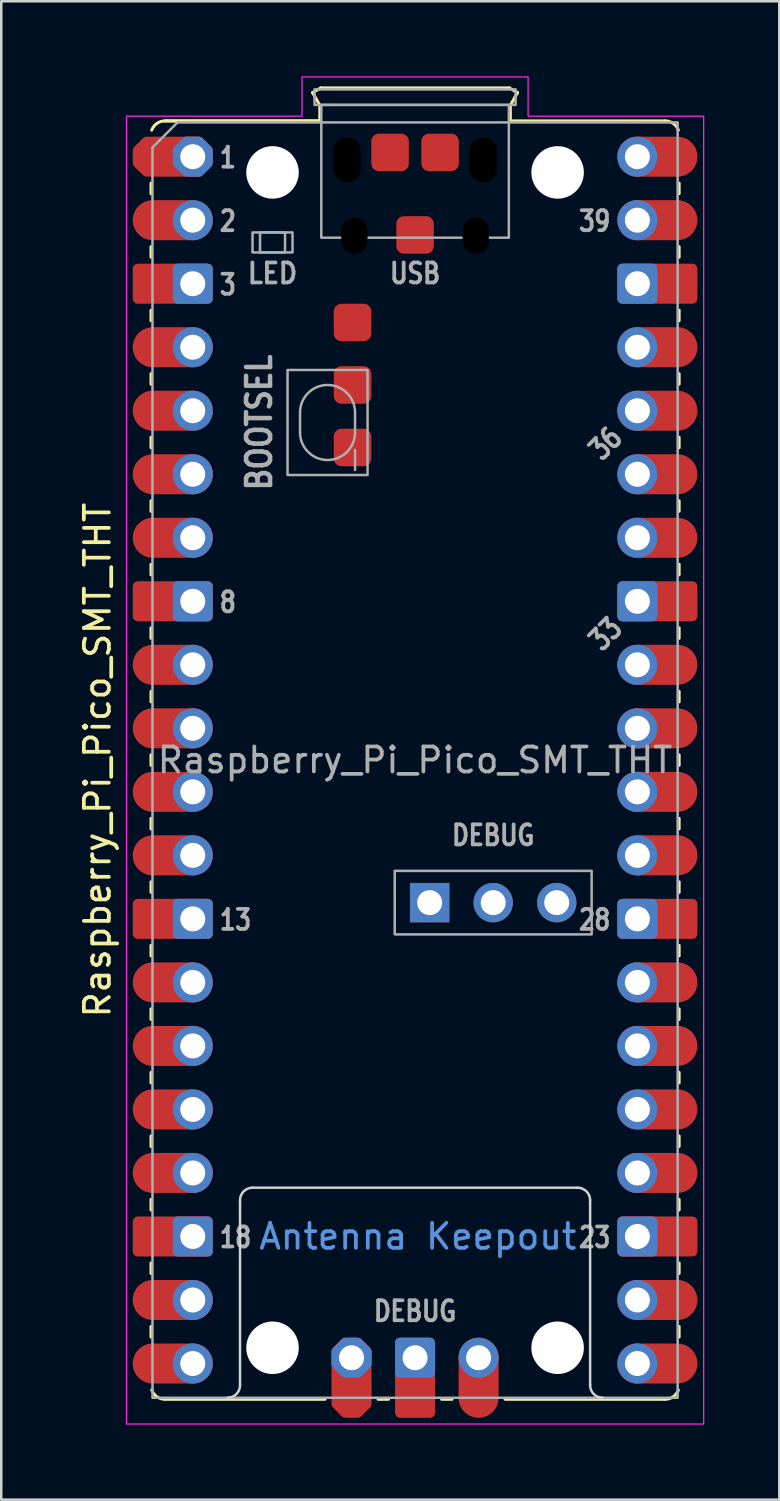
<source format=kicad_pcb>
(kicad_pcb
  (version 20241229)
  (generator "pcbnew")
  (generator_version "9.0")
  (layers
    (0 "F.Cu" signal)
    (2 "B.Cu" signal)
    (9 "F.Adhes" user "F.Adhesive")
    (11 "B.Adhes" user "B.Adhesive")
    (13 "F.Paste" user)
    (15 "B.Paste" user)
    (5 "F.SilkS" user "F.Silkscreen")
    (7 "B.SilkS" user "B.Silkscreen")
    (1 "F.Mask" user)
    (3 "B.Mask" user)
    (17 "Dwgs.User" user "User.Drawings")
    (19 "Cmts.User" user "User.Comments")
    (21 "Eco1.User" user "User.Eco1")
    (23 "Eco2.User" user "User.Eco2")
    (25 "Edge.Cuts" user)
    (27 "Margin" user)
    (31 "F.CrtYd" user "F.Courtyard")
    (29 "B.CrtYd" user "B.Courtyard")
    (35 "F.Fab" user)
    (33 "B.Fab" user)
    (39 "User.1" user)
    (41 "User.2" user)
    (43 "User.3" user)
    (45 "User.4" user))
  (footprint "Raspberry_Pi_Pico_SMT_THT"
    (layer "F.Cu")
    (at 4.658 3.215)
    (property "Reference" "Raspberry_Pi_Pico_SMT_THT" (at -3.81 24.13 270) (layer "F.SilkS") (effects (font (size 1 1) (thickness 0.15))))
    (attr through_hole)
    (fp_line (start -1.67 1.06) (end -1.67 1.48) (stroke (width 0.12) (type solid)) (layer "F.SilkS"))
    (fp_line (start -1.67 3.6) (end -1.67 4.02) (stroke (width 0.12) (type solid)) (layer "F.SilkS"))
    (fp_line (start -1.67 6.14) (end -1.67 6.56) (stroke (width 0.12) (type solid)) (layer "F.SilkS"))
    (fp_line (start -1.67 8.68) (end -1.67 9.1) (stroke (width 0.12) (type solid)) (layer "F.SilkS"))
    (fp_line (start -1.67 11.22) (end -1.67 11.64) (stroke (width 0.12) (type solid)) (layer "F.SilkS"))
    (fp_line (start -1.67 13.76) (end -1.67 14.18) (stroke (width 0.12) (type solid)) (layer "F.SilkS"))
    (fp_line (start -1.67 16.3) (end -1.67 16.72) (stroke (width 0.12) (type solid)) (layer "F.SilkS"))
    (fp_line (start -1.67 18.84) (end -1.67 19.26) (stroke (width 0.12) (type solid)) (layer "F.SilkS"))
    (fp_line (start -1.67 21.38) (end -1.67 21.8) (stroke (width 0.12) (type solid)) (layer "F.SilkS"))
    (fp_line (start -1.67 23.92) (end -1.67 24.34) (stroke (width 0.12) (type solid)) (layer "F.SilkS"))
    (fp_line (start -1.67 26.46) (end -1.67 26.88) (stroke (width 0.12) (type solid)) (layer "F.SilkS"))
    (fp_line (start -1.67 29) (end -1.67 29.42) (stroke (width 0.12) (type solid)) (layer "F.SilkS"))
    (fp_line (start -1.67 31.54) (end -1.67 31.96) (stroke (width 0.12) (type solid)) (layer "F.SilkS"))
    (fp_line (start -1.67 34.08) (end -1.67 34.5) (stroke (width 0.12) (type solid)) (layer "F.SilkS"))
    (fp_line (start -1.67 36.62) (end -1.67 37.04) (stroke (width 0.12) (type solid)) (layer "F.SilkS"))
    (fp_line (start -1.67 39.16) (end -1.67 39.58) (stroke (width 0.12) (type solid)) (layer "F.SilkS"))
    (fp_line (start -1.67 41.7) (end -1.67 42.12) (stroke (width 0.12) (type solid)) (layer "F.SilkS"))
    (fp_line (start -1.67 44.24) (end -1.67 44.66) (stroke (width 0.12) (type solid)) (layer "F.SilkS"))
    (fp_line (start -1.67 46.78) (end -1.67 47.2) (stroke (width 0.12) (type solid)) (layer "F.SilkS"))
    (fp_line (start -1.11 -1.43) (end 5.08 -1.43) (stroke (width 0.12) (type solid)) (layer "F.SilkS"))
    (fp_line (start -1.11 49.69) (end 5.29 49.69) (stroke (width 0.12) (type solid)) (layer "F.SilkS"))
    (fp_line (start 4.79 -2.56) (end 5.12 -2.75) (stroke (width 0.12) (type solid)) (layer "F.SilkS"))
    (fp_line (start 5.08 -2.06) (end 4.79 -2.56) (stroke (width 0.12) (type solid)) (layer "F.SilkS"))
    (fp_line (start 5.08 -1.43) (end -1.11 -1.43) (stroke (width 0.12) (type solid)) (layer "F.SilkS"))
    (fp_line (start 5.08 -1.43) (end 5.08 -2.06) (stroke (width 0.12) (type solid)) (layer "F.SilkS"))
    (fp_line (start 5.12 -2.75) (end 12.66 -2.75) (stroke (width 0.12) (type solid)) (layer "F.SilkS"))
    (fp_line (start 7.41 49.69) (end 7.83 49.69) (stroke (width 0.12) (type solid)) (layer "F.SilkS"))
    (fp_line (start 9.95 49.69) (end 10.37 49.69) (stroke (width 0.12) (type solid)) (layer "F.SilkS"))
    (fp_line (start 12.49 49.69) (end 18.89 49.69) (stroke (width 0.12) (type solid)) (layer "F.SilkS"))
    (fp_line (start 12.66 -2.75) (end 12.99 -2.56) (stroke (width 0.12) (type solid)) (layer "F.SilkS"))
    (fp_line (start 12.7 -2.06) (end 12.7 -1.43) (stroke (width 0.12) (type solid)) (layer "F.SilkS"))
    (fp_line (start 12.99 -2.56) (end 12.7 -2.06) (stroke (width 0.12) (type solid)) (layer "F.SilkS"))
    (fp_line (start 18.89 -1.43) (end 12.7 -1.43) (stroke (width 0.12) (type solid)) (layer "F.SilkS"))
    (fp_line (start 19.45 1.06) (end 19.45 1.48) (stroke (width 0.12) (type solid)) (layer "F.SilkS"))
    (fp_line (start 19.45 3.6) (end 19.45 4.02) (stroke (width 0.12) (type solid)) (layer "F.SilkS"))
    (fp_line (start 19.45 6.14) (end 19.45 6.56) (stroke (width 0.12) (type solid)) (layer "F.SilkS"))
    (fp_line (start 19.45 8.68) (end 19.45 9.1) (stroke (width 0.12) (type solid)) (layer "F.SilkS"))
    (fp_line (start 19.45 11.22) (end 19.45 11.64) (stroke (width 0.12) (type solid)) (layer "F.SilkS"))
    (fp_line (start 19.45 13.76) (end 19.45 14.18) (stroke (width 0.12) (type solid)) (layer "F.SilkS"))
    (fp_line (start 19.45 16.3) (end 19.45 16.72) (stroke (width 0.12) (type solid)) (layer "F.SilkS"))
    (fp_line (start 19.45 18.84) (end 19.45 19.26) (stroke (width 0.12) (type solid)) (layer "F.SilkS"))
    (fp_line (start 19.45 21.38) (end 19.45 21.8) (stroke (width 0.12) (type solid)) (layer "F.SilkS"))
    (fp_line (start 19.45 23.92) (end 19.45 24.34) (stroke (width 0.12) (type solid)) (layer "F.SilkS"))
    (fp_line (start 19.45 26.46) (end 19.45 26.88) (stroke (width 0.12) (type solid)) (layer "F.SilkS"))
    (fp_line (start 19.45 29) (end 19.45 29.42) (stroke (width 0.12) (type solid)) (layer "F.SilkS"))
    (fp_line (start 19.45 31.54) (end 19.45 31.96) (stroke (width 0.12) (type solid)) (layer "F.SilkS"))
    (fp_line (start 19.45 34.08) (end 19.45 34.5) (stroke (width 0.12) (type solid)) (layer "F.SilkS"))
    (fp_line (start 19.45 36.62) (end 19.45 37.04) (stroke (width 0.12) (type solid)) (layer "F.SilkS"))
    (fp_line (start 19.45 39.16) (end 19.45 39.58) (stroke (width 0.12) (type solid)) (layer "F.SilkS"))
    (fp_line (start 19.45 41.7) (end 19.45 42.12) (stroke (width 0.12) (type solid)) (layer "F.SilkS"))
    (fp_line (start 19.45 44.24) (end 19.45 44.66) (stroke (width 0.12) (type solid)) (layer "F.SilkS"))
    (fp_line (start 19.45 46.78) (end 19.45 47.2) (stroke (width 0.12) (type solid)) (layer "F.SilkS"))
    (fp_arc (start -1.64 -1.06) (mid -1.433508 -1.328808) (end -1.11 -1.43) (stroke (width 0.12) (type solid)) (layer "F.SilkS"))
    (fp_arc (start -1.11 49.69) (mid -1.433508 49.588809) (end -1.64 49.32) (stroke (width 0.12) (type solid)) (layer "F.SilkS"))
    (fp_arc (start 18.89 -1.43) (mid 19.213508 -1.328809) (end 19.42 -1.06) (stroke (width 0.12) (type solid)) (layer "F.SilkS"))
    (fp_arc (start 19.42 49.32) (mid 19.213508 49.588808) (end 18.89 49.69) (stroke (width 0.12) (type solid)) (layer "F.SilkS"))
    (fp_line (start 1.89 49.13) (end 1.89 41.73) (stroke (width 0.1) (type solid)) (layer "Edge.Cuts"))
    (fp_line (start 2.39 41.23) (end 15.39 41.23) (stroke (width 0.1) (type solid)) (layer "Edge.Cuts"))
    (fp_line (start 15.89 41.73) (end 15.89 49.13) (stroke (width 0.1) (type solid)) (layer "Edge.Cuts"))
    (fp_arc (start 1.89 41.73) (mid 2.036447 41.376447) (end 2.39 41.23) (stroke (width 0.1) (type solid)) (layer "Edge.Cuts"))
    (fp_arc (start 1.89 49.13) (mid 1.743553 49.483553) (end 1.39 49.63) (stroke (width 0.1) (type solid)) (layer "Edge.Cuts"))
    (fp_arc (start 15.39 41.23) (mid 15.743553 41.376447) (end 15.89 41.73) (stroke (width 0.1) (type solid)) (layer "Edge.Cuts"))
    (fp_arc (start 16.39 49.63) (mid 16.036447 49.483553) (end 15.89 49.13) (stroke (width 0.1) (type solid)) (layer "Edge.Cuts"))
    (fp_poly (pts (xy 13.41 -1.62) (xy 20.43 -1.62) (xy 20.43 50.68) (xy -2.65 50.68) (xy -2.65 -1.62) (xy 4.37 -1.62) (xy 4.37 -3.19) (xy 13.41 -3.19)) (stroke (width 0.05) (type solid)) (fill no) (layer "F.CrtYd"))
    (fp_line (start 4.29 10.23) (end 4.29 11.03) (stroke (width 0.1) (type solid)) (layer "F.Fab"))
    (fp_line (start 6.49 10.23) (end 6.49 11.03) (stroke (width 0.1) (type solid)) (layer "F.Fab"))
    (fp_line (start 6.49 11.73) (end 6.49 12.53) (stroke (width 0.1) (type solid)) (layer "F.Fab"))
    (fp_rect (start 2.39 3.03) (end 3.99 3.83) (stroke (width 0.1) (type solid)) (fill no) (layer "F.Fab"))
    (fp_rect (start 2.69 3.03) (end 3.69 3.83) (stroke (width 0.1) (type solid)) (fill no) (layer "F.Fab"))
    (fp_rect (start 3.79 8.53) (end 6.99 12.73) (stroke (width 0.1) (type solid)) (fill no) (layer "F.Fab"))
    (fp_rect (start 4.87 -2.69) (end 12.91 -2.07) (stroke (width 0.1) (type solid)) (fill no) (layer "F.Fab"))
    (fp_rect (start 5.14 -2.07) (end 12.64 3.24) (stroke (width 0.1) (type solid)) (fill no) (layer "F.Fab"))
    (fp_rect (start 8.077 28.56) (end 15.951 31.1) (stroke (width 0.1) (type solid)) (fill no) (layer "F.Fab"))
    (fp_arc (start 4.29 10.23) (mid 5.39 9.13) (end 6.49 10.23) (stroke (width 0.1) (type solid)) (layer "F.Fab"))
    (fp_arc (start 6.49 11.03) (mid 5.39 12.13) (end 4.29 11.03) (stroke (width 0.1) (type solid)) (layer "F.Fab"))
    (fp_poly (pts (xy 19.39 49.63) (xy -1.61 49.63) (xy -1.61 -0.37) (xy -0.61 -1.37) (xy 19.39 -1.37)) (stroke (width 0.1) (type solid)) (fill no) (layer "F.Fab"))
    (fp_text user "Antenna Keepout" (at 9 43.18 0) (unlocked yes) (layer "Cmts.User") (effects (font (size 1 1) (thickness 0.15))))
    (fp_text user "8" (at 1 17.818 0) (unlocked yes) (layer "F.Fab") (effects (font (size 0.8 0.64) (thickness 0.15)) (justify left)))
    (fp_text user "${REFERENCE}" (at 8.89 24.13 0) (unlocked yes) (layer "F.Fab") (effects (font (size 1 1) (thickness 0.15))))
    (fp_text user "3" (at 1 5.118 0) (unlocked yes) (layer "F.Fab") (effects (font (size 0.8 0.64) (thickness 0.15)) (justify left)))
    (fp_text user "BOOTSEL" (at 2.656 10.63 90) (unlocked yes) (layer "F.Fab") (effects (font (size 0.96 0.825) (thickness 0.18))))
    (fp_text user "13" (at 1 30.518 0) (unlocked yes) (layer "F.Fab") (effects (font (size 0.8 0.64) (thickness 0.15)) (justify left)))
    (fp_text user "36" (at 16.51 11.468 45) (unlocked yes) (layer "F.Fab") (effects (font (size 0.8 0.64) (thickness 0.15))))
    (fp_text user "33" (at 16.51 19.088 45) (unlocked yes) (layer "F.Fab") (effects (font (size 0.8 0.64) (thickness 0.15))))
    (fp_text user "USB" (at 8.89 4.668 0) (unlocked yes) (layer "F.Fab") (effects (font (size 0.8 0.66) (thickness 0.15))))
    (fp_text user "LED" (at 3.19 4.668 0) (unlocked yes) (layer "F.Fab") (effects (font (size 0.8 0.72) (thickness 0.15))))
    (fp_text user "DEBUG" (at 8.89 46.168 0) (unlocked yes) (layer "F.Fab") (effects (font (size 0.8 0.66) (thickness 0.15))))
    (fp_text user "2" (at 1 2.578 0) (unlocked yes) (layer "F.Fab") (effects (font (size 0.8 0.64) (thickness 0.15)) (justify left)))
    (fp_text user "23" (at 16.78 43.218 0) (unlocked yes) (layer "F.Fab") (effects (font (size 0.8 0.64) (thickness 0.15)) (justify right)))
    (fp_text user "DEBUG" (at 12.014 27.138 0) (unlocked yes) (layer "F.Fab") (effects (font (size 0.8 0.66) (thickness 0.15))))
    (fp_text user "39" (at 16.78 2.578 0) (unlocked yes) (layer "F.Fab") (effects (font (size 0.8 0.64) (thickness 0.15)) (justify right)))
    (fp_text user "1" (at 1 0.038 0) (unlocked yes) (layer "F.Fab") (effects (font (size 0.8 0.64) (thickness 0.15)) (justify left)))
    (fp_text user "28" (at 16.78 30.518 0) (unlocked yes) (layer "F.Fab") (effects (font (size 0.8 0.64) (thickness 0.15)) (justify right)))
    (fp_text user "18" (at 1 43.218 0) (unlocked yes) (layer "F.Fab") (effects (font (size 0.8 0.64) (thickness 0.15)) (justify left)))
    (pad "" np_thru_hole circle (at 3.19 0.63) (size 2.1 2.1) (drill 2.1) (layers "*.Cu" "*.Mask"))
    (pad "" np_thru_hole circle (at 3.19 47.63) (size 2.1 2.1) (drill 2.1) (layers "*.Cu" "*.Mask"))
    (pad "" np_thru_hole oval (at 6.165 0.13) (size 1.1 1.8) (drill oval 1.1 1.8) (layers "*.Mask"))
    (pad "" np_thru_hole oval (at 6.465 3.16) (size 1.05 1.45) (drill oval 1.05 1.45) (layers "*.Mask"))
    (pad "" np_thru_hole oval (at 11.315 3.16) (size 1.05 1.45) (drill oval 1.05 1.45) (layers "*.Mask"))
    (pad "" np_thru_hole oval (at 11.615 0.13) (size 1.1 1.8) (drill oval 1.1 1.8) (layers "*.Mask"))
    (pad "" np_thru_hole circle (at 14.59 0.63) (size 2.1 2.1) (drill 2.1) (layers "*.Cu" "*.Mask"))
    (pad "" np_thru_hole circle (at 14.59 47.63) (size 2.1 2.1) (drill 2.1) (layers "*.Cu" "*.Mask"))
    (pad "1" smd custom (at -1.6 0) (size 1.6 1.6) (layers "F.Cu" "F.Mask") (options (anchor circle)) (primitives (gr_poly (pts (xy 2.2 0.249) (xy 1.849 0.6) (xy -0.249 0.6) (xy -0.6 0.249) (xy -0.6 -0.249) (xy -0.249 -0.6) (xy 1.849 -0.6) (xy 2.2 -0.249)) (width 0.4) (fill yes))))
    (pad "1" thru_hole custom (at 0 0) (size 1.6 1.6) (drill 1) (layers "*.Cu" "*.Mask") (options (anchor circle)) (primitives (gr_poly (pts (xy 0.6 0.249) (xy 0.249 0.6) (xy -0.249 0.6) (xy -0.6 0.249) (xy -0.6 -0.249) (xy -0.249 -0.6) (xy 0.249 -0.6) (xy 0.6 -0.249)) (width 0.4) (fill yes))))
    (pad "2" smd oval (at -1.6 2.54) (size 3.2 1.6) (drill (offset 0.8 0)) (layers "F.Cu" "F.Mask"))
    (pad "2" thru_hole circle (at 0 2.54) (size 1.6 1.6) (drill 1) (layers "*.Cu" "*.Mask"))
    (pad "3" smd roundrect (at -1.6 5.08) (size 3.2 1.6) (drill (offset 0.8 0)) (layers "F.Cu" "F.Mask") (roundrect_rratio 0.125))
    (pad "3" thru_hole roundrect (at 0 5.08) (size 1.6 1.6) (drill 1) (layers "*.Cu" "*.Mask") (roundrect_rratio 0.125))
    (pad "4" smd oval (at -1.6 7.62) (size 3.2 1.6) (drill (offset 0.8 0)) (layers "F.Cu" "F.Mask"))
    (pad "4" thru_hole circle (at 0 7.62) (size 1.6 1.6) (drill 1) (layers "*.Cu" "*.Mask"))
    (pad "5" smd oval (at -1.6 10.16) (size 3.2 1.6) (drill (offset 0.8 0)) (layers "F.Cu" "F.Mask"))
    (pad "5" thru_hole circle (at 0 10.16) (size 1.6 1.6) (drill 1) (layers "*.Cu" "*.Mask"))
    (pad "6" smd oval (at -1.6 12.7) (size 3.2 1.6) (drill (offset 0.8 0)) (layers "F.Cu" "F.Mask"))
    (pad "6" thru_hole circle (at 0 12.7) (size 1.6 1.6) (drill 1) (layers "*.Cu" "*.Mask"))
    (pad "7" smd oval (at -1.6 15.24) (size 3.2 1.6) (drill (offset 0.8 0)) (layers "F.Cu" "F.Mask"))
    (pad "7" thru_hole circle (at 0 15.24) (size 1.6 1.6) (drill 1) (layers "*.Cu" "*.Mask"))
    (pad "8" smd roundrect (at -1.6 17.78) (size 3.2 1.6) (drill (offset 0.8 0)) (layers "F.Cu" "F.Mask") (roundrect_rratio 0.125))
    (pad "8" thru_hole roundrect (at 0 17.78) (size 1.6 1.6) (drill 1) (layers "*.Cu" "*.Mask") (roundrect_rratio 0.125))
    (pad "9" smd oval (at -1.6 20.32) (size 3.2 1.6) (drill (offset 0.8 0)) (layers "F.Cu" "F.Mask"))
    (pad "9" thru_hole circle (at 0 20.32) (size 1.6 1.6) (drill 1) (layers "*.Cu" "*.Mask"))
    (pad "10" smd oval (at -1.6 22.86) (size 3.2 1.6) (drill (offset 0.8 0)) (layers "F.Cu" "F.Mask"))
    (pad "10" thru_hole circle (at 0 22.86) (size 1.6 1.6) (drill 1) (layers "*.Cu" "*.Mask"))
    (pad "11" smd oval (at -1.6 25.4) (size 3.2 1.6) (drill (offset 0.8 0)) (layers "F.Cu" "F.Mask"))
    (pad "11" thru_hole circle (at 0 25.4) (size 1.6 1.6) (drill 1) (layers "*.Cu" "*.Mask"))
    (pad "12" smd oval (at -1.6 27.94) (size 3.2 1.6) (drill (offset 0.8 0)) (layers "F.Cu" "F.Mask"))
    (pad "12" thru_hole circle (at 0 27.94) (size 1.6 1.6) (drill 1) (layers "*.Cu" "*.Mask"))
    (pad "13" smd roundrect (at -1.6 30.48) (size 3.2 1.6) (drill (offset 0.8 0)) (layers "F.Cu" "F.Mask") (roundrect_rratio 0.125))
    (pad "13" thru_hole roundrect (at 0 30.48) (size 1.6 1.6) (drill 1) (layers "*.Cu" "*.Mask") (roundrect_rratio 0.125))
    (pad "14" smd oval (at -1.6 33.02) (size 3.2 1.6) (drill (offset 0.8 0)) (layers "F.Cu" "F.Mask"))
    (pad "14" thru_hole circle (at 0 33.02) (size 1.6 1.6) (drill 1) (layers "*.Cu" "*.Mask"))
    (pad "15" smd oval (at -1.6 35.56) (size 3.2 1.6) (drill (offset 0.8 0)) (layers "F.Cu" "F.Mask"))
    (pad "15" thru_hole circle (at 0 35.56) (size 1.6 1.6) (drill 1) (layers "*.Cu" "*.Mask"))
    (pad "16" smd oval (at -1.6 38.1) (size 3.2 1.6) (drill (offset 0.8 0)) (layers "F.Cu" "F.Mask"))
    (pad "16" thru_hole circle (at 0 38.1) (size 1.6 1.6) (drill 1) (layers "*.Cu" "*.Mask"))
    (pad "17" smd oval (at -1.6 40.64) (size 3.2 1.6) (drill (offset 0.8 0)) (layers "F.Cu" "F.Mask"))
    (pad "17" thru_hole circle (at 0 40.64) (size 1.6 1.6) (drill 1) (layers "*.Cu" "*.Mask"))
    (pad "18" smd roundrect (at -1.6 43.18) (size 3.2 1.6) (drill (offset 0.8 0)) (layers "F.Cu" "F.Mask") (roundrect_rratio 0.125))
    (pad "18" thru_hole roundrect (at 0 43.18) (size 1.6 1.6) (drill 1) (layers "*.Cu" "*.Mask") (roundrect_rratio 0.125))
    (pad "19" smd oval (at -1.6 45.72) (size 3.2 1.6) (drill (offset 0.8 0)) (layers "F.Cu" "F.Mask"))
    (pad "19" thru_hole circle (at 0 45.72) (size 1.6 1.6) (drill 1) (layers "*.Cu" "*.Mask"))
    (pad "20" smd oval (at -1.6 48.26) (size 3.2 1.6) (drill (offset 0.8 0)) (layers "F.Cu" "F.Mask"))
    (pad "20" thru_hole circle (at 0 48.26) (size 1.6 1.6) (drill 1) (layers "*.Cu" "*.Mask"))
    (pad "21" thru_hole circle (at 17.78 48.26) (size 1.6 1.6) (drill 1) (layers "*.Cu" "*.Mask"))
    (pad "21" smd oval (at 19.38 48.26) (size 3.2 1.6) (drill (offset -0.8 0)) (layers "F.Cu" "F.Mask"))
    (pad "22" thru_hole circle (at 17.78 45.72) (size 1.6 1.6) (drill 1) (layers "*.Cu" "*.Mask"))
    (pad "22" smd oval (at 19.38 45.72) (size 3.2 1.6) (drill (offset -0.8 0)) (layers "F.Cu" "F.Mask"))
    (pad "23" thru_hole roundrect (at 17.78 43.18) (size 1.6 1.6) (drill 1) (layers "*.Cu" "*.Mask") (roundrect_rratio 0.125))
    (pad "23" smd roundrect (at 19.38 43.18) (size 3.2 1.6) (drill (offset -0.8 0)) (layers "F.Cu" "F.Mask") (roundrect_rratio 0.125))
    (pad "24" thru_hole circle (at 17.78 40.64) (size 1.6 1.6) (drill 1) (layers "*.Cu" "*.Mask"))
    (pad "24" smd oval (at 19.38 40.64) (size 3.2 1.6) (drill (offset -0.8 0)) (layers "F.Cu" "F.Mask"))
    (pad "25" thru_hole circle (at 17.78 38.1) (size 1.6 1.6) (drill 1) (layers "*.Cu" "*.Mask"))
    (pad "25" smd oval (at 19.38 38.1) (size 3.2 1.6) (drill (offset -0.8 0)) (layers "F.Cu" "F.Mask"))
    (pad "26" thru_hole circle (at 17.78 35.56) (size 1.6 1.6) (drill 1) (layers "*.Cu" "*.Mask"))
    (pad "26" smd oval (at 19.38 35.56) (size 3.2 1.6) (drill (offset -0.8 0)) (layers "F.Cu" "F.Mask"))
    (pad "27" thru_hole circle (at 17.78 33.02) (size 1.6 1.6) (drill 1) (layers "*.Cu" "*.Mask"))
    (pad "27" smd oval (at 19.38 33.02) (size 3.2 1.6) (drill (offset -0.8 0)) (layers "F.Cu" "F.Mask"))
    (pad "28" thru_hole roundrect (at 17.78 30.48) (size 1.6 1.6) (drill 1) (layers "*.Cu" "*.Mask") (roundrect_rratio 0.125))
    (pad "28" smd roundrect (at 19.38 30.48) (size 3.2 1.6) (drill (offset -0.8 0)) (layers "F.Cu" "F.Mask") (roundrect_rratio 0.125))
    (pad "29" thru_hole circle (at 17.78 27.94) (size 1.6 1.6) (drill 1) (layers "*.Cu" "*.Mask"))
    (pad "29" smd oval (at 19.38 27.94) (size 3.2 1.6) (drill (offset -0.8 0)) (layers "F.Cu" "F.Mask"))
    (pad "30" thru_hole circle (at 17.78 25.4) (size 1.6 1.6) (drill 1) (layers "*.Cu" "*.Mask"))
    (pad "30" smd oval (at 19.38 25.4) (size 3.2 1.6) (drill (offset -0.8 0)) (layers "F.Cu" "F.Mask"))
    (pad "31" thru_hole circle (at 17.78 22.86) (size 1.6 1.6) (drill 1) (layers "*.Cu" "*.Mask"))
    (pad "31" smd oval (at 19.38 22.86) (size 3.2 1.6) (drill (offset -0.8 0)) (layers "F.Cu" "F.Mask"))
    (pad "32" thru_hole circle (at 17.78 20.32) (size 1.6 1.6) (drill 1) (layers "*.Cu" "*.Mask"))
    (pad "32" smd oval (at 19.38 20.32) (size 3.2 1.6) (drill (offset -0.8 0)) (layers "F.Cu" "F.Mask"))
    (pad "33" thru_hole roundrect (at 17.78 17.78) (size 1.6 1.6) (drill 1) (layers "*.Cu" "*.Mask") (roundrect_rratio 0.125))
    (pad "33" smd roundrect (at 19.38 17.78) (size 3.2 1.6) (drill (offset -0.8 0)) (layers "F.Cu" "F.Mask") (roundrect_rratio 0.125))
    (pad "34" thru_hole circle (at 17.78 15.24) (size 1.6 1.6) (drill 1) (layers "*.Cu" "*.Mask"))
    (pad "34" smd oval (at 19.38 15.24) (size 3.2 1.6) (drill (offset -0.8 0)) (layers "F.Cu" "F.Mask"))
    (pad "35" thru_hole circle (at 17.78 12.7) (size 1.6 1.6) (drill 1) (layers "*.Cu" "*.Mask"))
    (pad "35" smd oval (at 19.38 12.7) (size 3.2 1.6) (drill (offset -0.8 0)) (layers "F.Cu" "F.Mask"))
    (pad "36" thru_hole circle (at 17.78 10.16) (size 1.6 1.6) (drill 1) (layers "*.Cu" "*.Mask"))
    (pad "36" smd oval (at 19.38 10.16) (size 3.2 1.6) (drill (offset -0.8 0)) (layers "F.Cu" "F.Mask"))
    (pad "37" thru_hole circle (at 17.78 7.62) (size 1.6 1.6) (drill 1) (layers "*.Cu" "*.Mask"))
    (pad "37" smd oval (at 19.38 7.62) (size 3.2 1.6) (drill (offset -0.8 0)) (layers "F.Cu" "F.Mask"))
    (pad "38" thru_hole roundrect (at 17.78 5.08) (size 1.6 1.6) (drill 1) (layers "*.Cu" "*.Mask") (roundrect_rratio 0.125))
    (pad "38" smd roundrect (at 19.38 5.08) (size 3.2 1.6) (drill (offset -0.8 0)) (layers "F.Cu" "F.Mask") (roundrect_rratio 0.125))
    (pad "39" thru_hole circle (at 17.78 2.54) (size 1.6 1.6) (drill 1) (layers "*.Cu" "*.Mask"))
    (pad "39" smd oval (at 19.38 2.54) (size 3.2 1.6) (drill (offset -0.8 0)) (layers "F.Cu" "F.Mask"))
    (pad "40" thru_hole circle (at 17.78 0) (size 1.6 1.6) (drill 1) (layers "*.Cu" "*.Mask"))
    (pad "40" smd oval (at 19.38 0) (size 3.2 1.6) (drill (offset -0.8 0)) (layers "F.Cu" "F.Mask"))
    (pad "41" thru_hole custom (at 6.35 48.03) (size 1.6 1.6) (drill 1) (layers "*.Cu" "*.Mask") (options (anchor circle)) (primitives (gr_poly (pts (xy 0.6 0.249) (xy 0.249 0.6) (xy -0.249 0.6) (xy -0.6 0.249) (xy -0.6 -0.249) (xy -0.249 -0.6) (xy 0.249 -0.6) (xy 0.6 -0.249)) (width 0.4) (fill yes))))
    (pad "41" smd custom (at 6.35 49.63) (size 1.6 1.6) (layers "F.Cu" "F.Mask") (options (anchor circle)) (primitives (gr_poly (pts (xy 0.6 0.249) (xy 0.249 0.6) (xy -0.249 0.6) (xy -0.6 0.249) (xy -0.6 -1.849) (xy -0.249 -2.2) (xy 0.249 -2.2) (xy 0.6 -1.849)) (width 0.4) (fill yes))))
    (pad "41" thru_hole rect (at 9.474 29.83) (size 1.575 1.575) (drill 1) (layers "*.Cu" "*.Mask"))
    (pad "42" thru_hole roundrect (at 8.89 48.03) (size 1.6 1.6) (drill 1) (layers "*.Cu" "*.Mask") (roundrect_rratio 0.125))
    (pad "42" smd roundrect (at 8.89 49.63) (size 1.6 3.2) (drill (offset 0 -0.8)) (layers "F.Cu" "F.Mask") (roundrect_rratio 0.125))
    (pad "42" thru_hole circle (at 12.014 29.83) (size 1.575 1.575) (drill 1) (layers "*.Cu" "*.Mask"))
    (pad "43" thru_hole circle (at 11.43 48.03) (size 1.6 1.6) (drill 1) (layers "*.Cu" "*.Mask"))
    (pad "43" smd oval (at 11.43 49.63) (size 1.6 3.2) (drill (offset 0 -0.8)) (layers "F.Cu" "F.Mask"))
    (pad "43" thru_hole circle (at 14.554 29.83) (size 1.575 1.575) (drill 1) (layers "*.Cu" "*.Mask"))
    (pad "51" smd roundrect (at 8.89 3.13) (size 1.5 1.5) (property pad_prop_testpoint) (layers "F.Cu" "F.Mask") (roundrect_rratio 0.2))
    (pad "52" smd roundrect (at 9.89 -0.17) (size 1.5 1.5) (property pad_prop_testpoint) (layers "F.Cu" "F.Mask") (roundrect_rratio 0.2))
    (pad "53" smd roundrect (at 7.89 -0.17) (size 1.5 1.5) (property pad_prop_testpoint) (layers "F.Cu" "F.Mask") (roundrect_rratio 0.2))
    (pad "54" smd roundrect (at 6.39 6.63) (size 1.5 1.5) (property pad_prop_testpoint) (layers "F.Cu" "F.Mask") (roundrect_rratio 0.2))
    (pad "55" smd roundrect (at 6.39 9.13) (size 1.5 1.5) (property pad_prop_testpoint) (layers "F.Cu" "F.Mask") (roundrect_rratio 0.2))
    (pad "56" smd roundrect (at 6.39 11.63) (size 1.5 1.5) (property pad_prop_testpoint) (layers "F.Cu" "F.Mask") (roundrect_rratio 0.2))
    (zone (net_name "") (layer "F.Cu") (name "Test Point Keepout") (hatch full 0.508) (connect_pads) (min_thickness 0.254) (filled_areas_thickness no) (keepout (tracks not_allowed) (vias not_allowed) (pads allowed) (copperpour not_allowed) (footprints allowed)) (placement (enabled no)) (fill) (polygon (pts (xy 12.098 10.895) (xy 9.998 10.895) (xy 9.998 8.795) (xy 12.098 8.795))))
    (zone (net_name "") (layer "F.Cu") (name "Test Point Keepout") (hatch full 0.508) (connect_pads) (min_thickness 0.254) (filled_areas_thickness no) (keepout (tracks not_allowed) (vias not_allowed) (pads allowed) (copperpour not_allowed) (footprints allowed)) (placement (enabled no)) (fill) (polygon (pts (xy 12.098 13.395) (xy 9.998 13.395) (xy 9.998 11.295) (xy 12.098 11.295))))
    (zone (net_name "") (layer "F.Cu") (name "Test Point Keepout") (hatch full 0.508) (connect_pads) (min_thickness 0.254) (filled_areas_thickness no) (keepout (tracks not_allowed) (vias not_allowed) (pads allowed) (copperpour not_allowed) (footprints allowed)) (placement (enabled no)) (fill) (polygon (pts (xy 12.098 15.895) (xy 9.998 15.895) (xy 9.998 13.795) (xy 12.098 13.795))))
    (zone (net_name "") (layer "F.Cu") (name "Test Point Keepout") (hatch full 0.508) (connect_pads) (min_thickness 0.254) (filled_areas_thickness no) (keepout (tracks not_allowed) (vias not_allowed) (pads allowed) (copperpour not_allowed) (footprints allowed)) (placement (enabled no)) (fill) (polygon (pts (xy 14.598 7.395) (xy 12.498 7.395) (xy 12.498 5.295) (xy 14.598 5.295))))
    (zone (net_name "") (layer "F.Cu") (name "Test Point Keepout") (hatch full 0.508) (connect_pads) (min_thickness 0.254) (filled_areas_thickness no) (keepout (tracks not_allowed) (vias not_allowed) (pads allowed) (copperpour not_allowed) (footprints allowed)) (placement (enabled no)) (fill) (polygon (pts (xy 15.598 4.095) (xy 11.498 4.095) (xy 11.498 1.995) (xy 15.598 1.995))))
    (zone (net_name "") (layers "F.Cu" "F.Mask" "B.Cu" "B.Mask" "F.SilkS" "B.SilkS" "F.Adhes" "B.Adhes" "F.Paste" "B.Paste") (name "Antenna Keepout") (hatch full 0.508) (connect_pads) (min_thickness 0.254) (filled_areas_thickness no) (keepout (tracks not_allowed) (vias not_allowed) (pads not_allowed) (copperpour not_allowed) (footprints not_allowed)) (placement (enabled no)) (fill) (polygon (pts (xy 20.548 52.845) (xy 6.548 52.845) (xy 6.548 44.445) (xy 20.548 44.445)))))
  (gr_rect
    (start -3 -3)
    (end 28.113 56.92)
    (stroke (width 0.1) (type default))
    (fill no)
    (layer "Edge.Cuts")))
</source>
